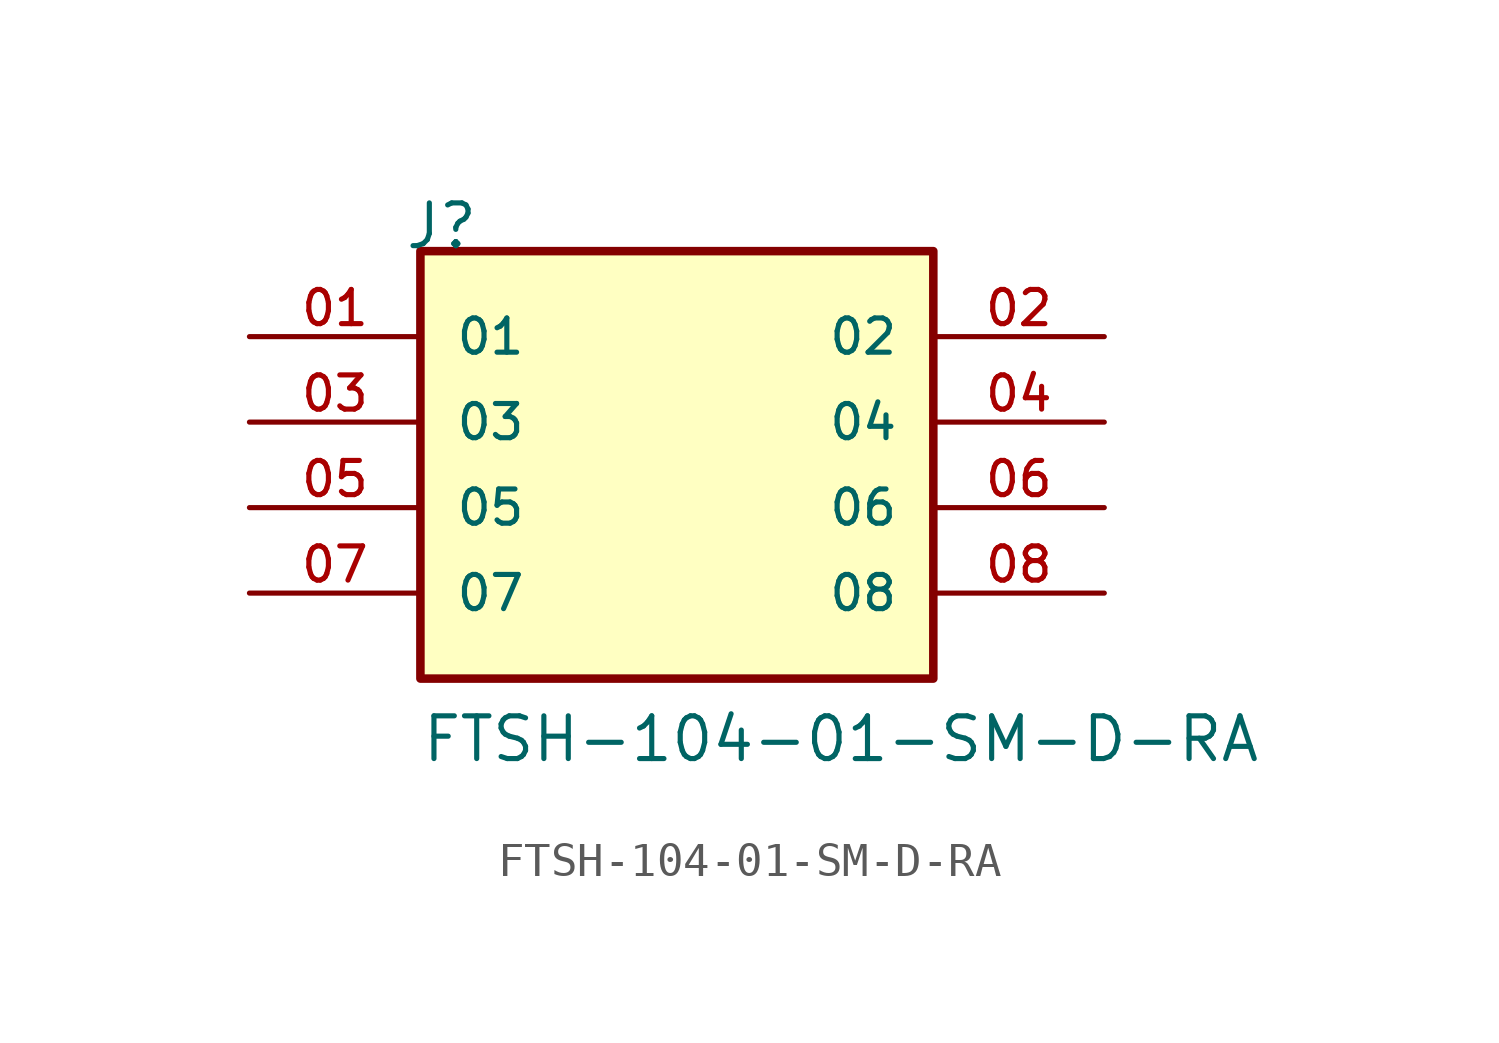
<source format=kicad_sym>
(kicad_symbol_lib
  (version 20211014)
  (generator kicad_symbol_editor)
  (symbol "FTSH-104-01-SM-D-RA"
    (pin_names
      (offset 1.016))
    (property "Reference" "J"
      (at -8.12 7.62 0)
      (effects (font (size 1.27 1.27)) (justify bottom left)))
    (property "Value" "FTSH-104-01-SM-D-RA"
      (at -7.62 -7.62 0)
      (effects (font (size 1.27 1.27)) (justify bottom left)))
    (symbol "FTSH-104-01-SM-D-RA_0_0"
      (rectangle (start -7.62 -5.08) (end 7.62 7.62) (stroke (width 0.254)) (fill (type background)))
      (pin passive line (at -12.7 5.08 0) (length 5.08) (name "01" (effects (font (size 1.016 1.016)))) (number "01" (effects (font (size 1.016 1.016)))))
      (pin passive line (at 12.7 5.08 180.0) (length 5.08) (name "02" (effects (font (size 1.016 1.016)))) (number "02" (effects (font (size 1.016 1.016)))))
      (pin passive line (at -12.7 2.54 0) (length 5.08) (name "03" (effects (font (size 1.016 1.016)))) (number "03" (effects (font (size 1.016 1.016)))))
      (pin passive line (at 12.7 2.54 180.0) (length 5.08) (name "04" (effects (font (size 1.016 1.016)))) (number "04" (effects (font (size 1.016 1.016)))))
      (pin passive line (at -12.7 0.0 0) (length 5.08) (name "05" (effects (font (size 1.016 1.016)))) (number "05" (effects (font (size 1.016 1.016)))))
      (pin passive line (at 12.7 0.0 180.0) (length 5.08) (name "06" (effects (font (size 1.016 1.016)))) (number "06" (effects (font (size 1.016 1.016)))))
      (pin passive line (at -12.7 -2.54 0) (length 5.08) (name "07" (effects (font (size 1.016 1.016)))) (number "07" (effects (font (size 1.016 1.016)))))
      (pin passive line (at 12.7 -2.54 180.0) (length 5.08) (name "08" (effects (font (size 1.016 1.016)))) (number "08" (effects (font (size 1.016 1.016))))))))
</source>
